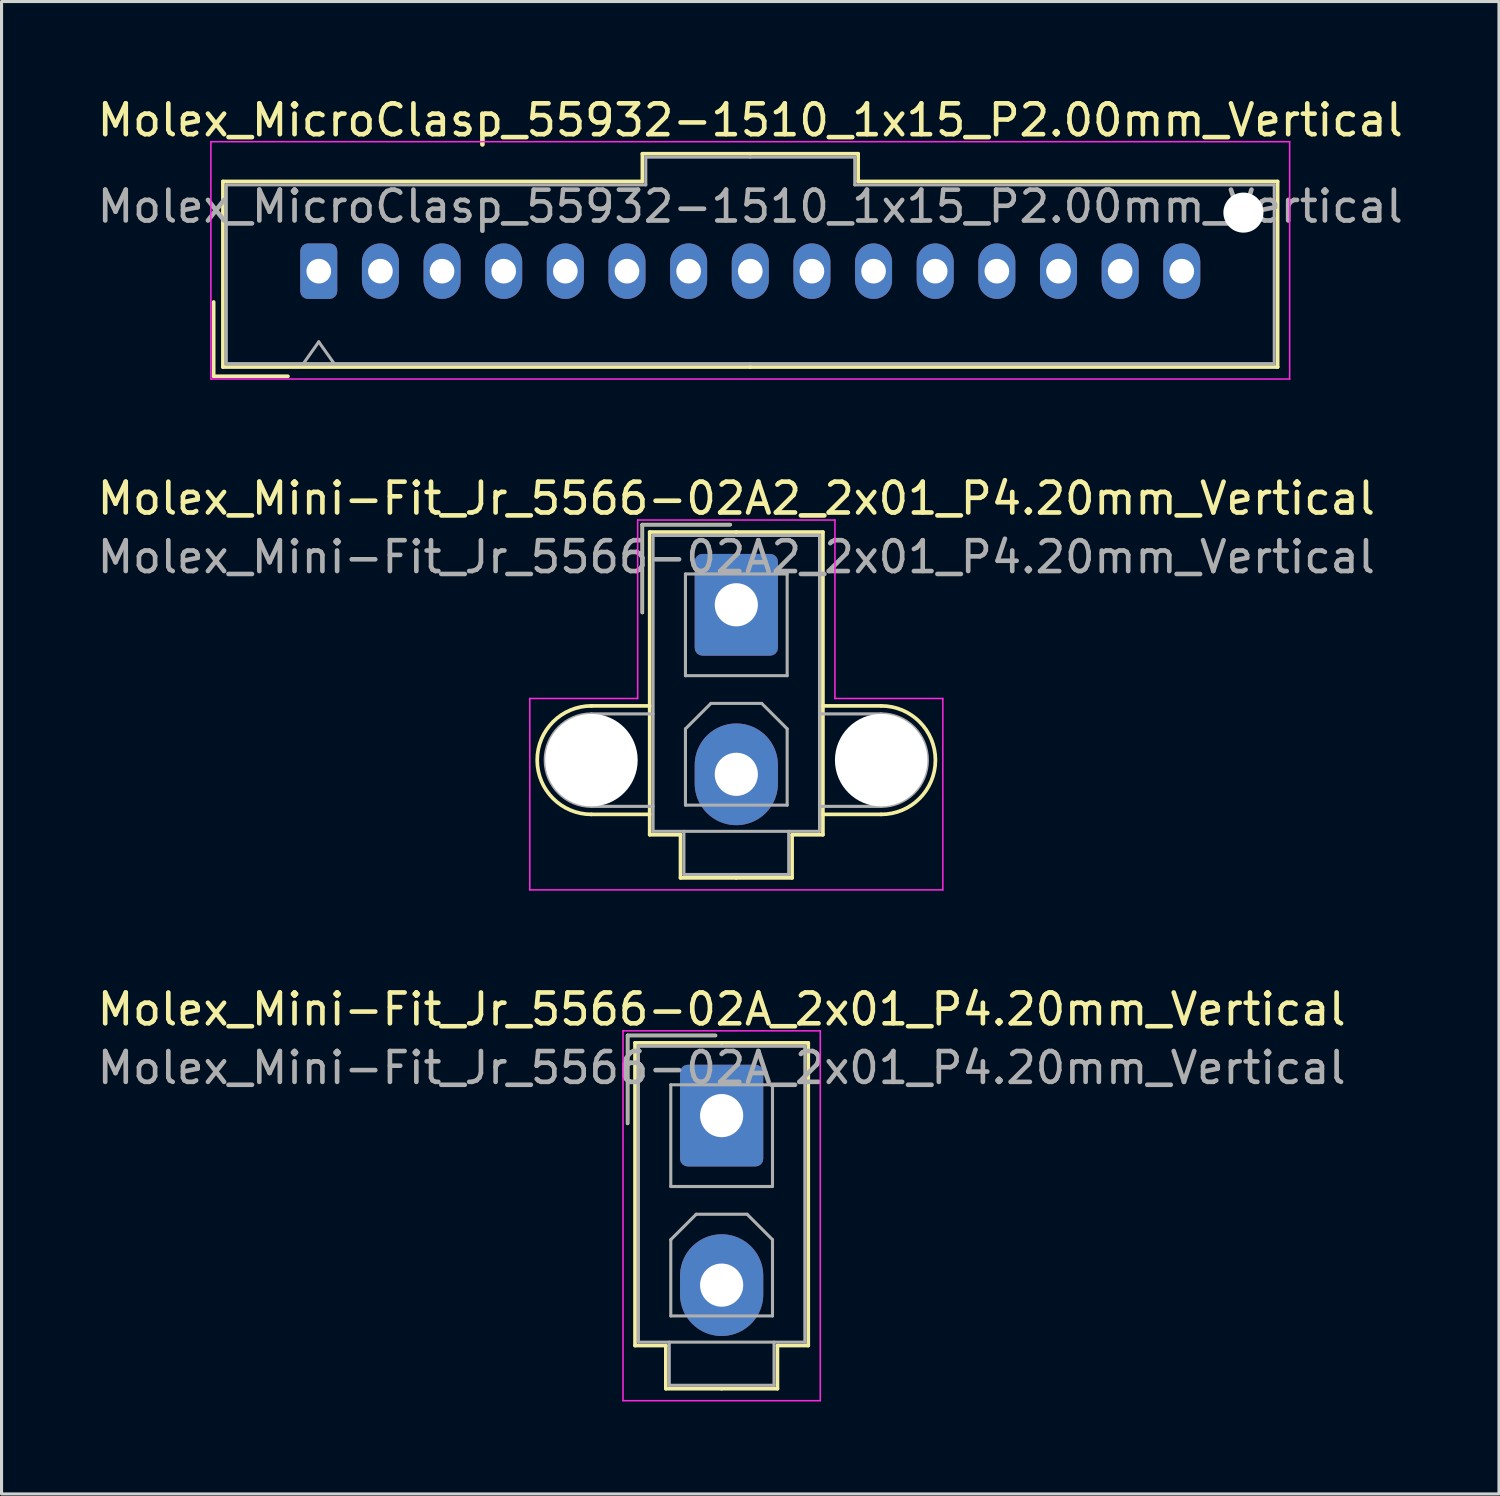
<source format=kicad_pcb>
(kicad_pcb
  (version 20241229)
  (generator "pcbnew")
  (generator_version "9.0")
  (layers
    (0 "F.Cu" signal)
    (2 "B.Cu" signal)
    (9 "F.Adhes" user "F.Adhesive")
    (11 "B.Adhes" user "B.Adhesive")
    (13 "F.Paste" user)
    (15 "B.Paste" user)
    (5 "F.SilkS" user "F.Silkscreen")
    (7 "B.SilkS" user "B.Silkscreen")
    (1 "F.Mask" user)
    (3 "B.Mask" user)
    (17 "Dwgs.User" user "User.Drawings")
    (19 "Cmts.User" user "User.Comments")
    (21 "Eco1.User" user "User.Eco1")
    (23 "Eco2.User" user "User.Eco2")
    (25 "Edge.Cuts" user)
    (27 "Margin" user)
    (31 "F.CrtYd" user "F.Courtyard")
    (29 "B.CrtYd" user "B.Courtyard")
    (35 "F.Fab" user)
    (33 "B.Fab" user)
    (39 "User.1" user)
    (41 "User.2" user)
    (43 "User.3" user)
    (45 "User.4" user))
  (footprint "Molex_Mini-Fit_Jr_5566-02A2_2x01_P4.20mm_Vertical"
    (layer "F.Cu")
    (at 20.839 16.572)
    (property "Reference" "Molex_Mini-Fit_Jr_5566-02A2_2x01_P4.20mm_Vertical" (at 0 -3.45 0) (layer "F.SilkS") (effects (font (size 1 1) (thickness 0.15))))
    (attr through_hole)
    (fp_line (start -4.7 3.28) (end -2.81 3.28) (stroke (width 0.12) (type solid)) (layer "F.SilkS"))
    (fp_line (start -4.7 6.8) (end -2.81 6.8) (stroke (width 0.12) (type solid)) (layer "F.SilkS"))
    (fp_line (start -3.05 -2.6) (end -3.05 0.25) (stroke (width 0.12) (type solid)) (layer "F.SilkS"))
    (fp_line (start -2.81 -2.36) (end -2.81 7.46) (stroke (width 0.12) (type solid)) (layer "F.SilkS"))
    (fp_line (start -2.81 7.46) (end -1.81 7.46) (stroke (width 0.12) (type solid)) (layer "F.SilkS"))
    (fp_line (start -1.81 7.46) (end -1.81 8.86) (stroke (width 0.12) (type solid)) (layer "F.SilkS"))
    (fp_line (start -1.81 8.86) (end 0 8.86) (stroke (width 0.12) (type solid)) (layer "F.SilkS"))
    (fp_line (start -0.2 -2.6) (end -3.05 -2.6) (stroke (width 0.12) (type solid)) (layer "F.SilkS"))
    (fp_line (start 0 -2.36) (end -2.81 -2.36) (stroke (width 0.12) (type solid)) (layer "F.SilkS"))
    (fp_line (start 0 -2.36) (end 2.81 -2.36) (stroke (width 0.12) (type solid)) (layer "F.SilkS"))
    (fp_line (start 1.81 7.46) (end 1.81 8.86) (stroke (width 0.12) (type solid)) (layer "F.SilkS"))
    (fp_line (start 1.81 8.86) (end 0 8.86) (stroke (width 0.12) (type solid)) (layer "F.SilkS"))
    (fp_line (start 2.81 -2.36) (end 2.81 7.46) (stroke (width 0.12) (type solid)) (layer "F.SilkS"))
    (fp_line (start 2.81 7.46) (end 1.81 7.46) (stroke (width 0.12) (type solid)) (layer "F.SilkS"))
    (fp_line (start 4.7 3.28) (end 2.81 3.28) (stroke (width 0.12) (type solid)) (layer "F.SilkS"))
    (fp_line (start 4.7 6.8) (end 2.81 6.8) (stroke (width 0.12) (type solid)) (layer "F.SilkS"))
    (fp_arc (start -4.7 6.8) (mid -6.46 5.04) (end -4.7 3.28) (stroke (width 0.12) (type solid)) (layer "F.SilkS"))
    (fp_arc (start 4.7 3.28) (mid 6.46 5.04) (end 4.7 6.8) (stroke (width 0.12) (type solid)) (layer "F.SilkS"))
    (fp_line (start -6.7 3.04) (end -6.7 9.25) (stroke (width 0.05) (type solid)) (layer "F.CrtYd"))
    (fp_line (start -6.7 9.25) (end 6.7 9.25) (stroke (width 0.05) (type solid)) (layer "F.CrtYd"))
    (fp_line (start -3.2 -2.75) (end -3.2 3.04) (stroke (width 0.05) (type solid)) (layer "F.CrtYd"))
    (fp_line (start -3.2 3.04) (end -6.7 3.04) (stroke (width 0.05) (type solid)) (layer "F.CrtYd"))
    (fp_line (start 3.2 -2.75) (end -3.2 -2.75) (stroke (width 0.05) (type solid)) (layer "F.CrtYd"))
    (fp_line (start 3.2 3.04) (end 3.2 -2.75) (stroke (width 0.05) (type solid)) (layer "F.CrtYd"))
    (fp_line (start 6.7 3.04) (end 3.2 3.04) (stroke (width 0.05) (type solid)) (layer "F.CrtYd"))
    (fp_line (start 6.7 9.25) (end 6.7 3.04) (stroke (width 0.05) (type solid)) (layer "F.CrtYd"))
    (fp_line (start -4.7 3.54) (end -2.7 3.54) (stroke (width 0.1) (type solid)) (layer "F.Fab"))
    (fp_line (start -4.7 6.54) (end -2.7 6.54) (stroke (width 0.1) (type solid)) (layer "F.Fab"))
    (fp_line (start -3.05 -2.6) (end -3.05 0.25) (stroke (width 0.1) (type solid)) (layer "F.Fab"))
    (fp_line (start -2.7 -2.25) (end -2.7 7.35) (stroke (width 0.1) (type solid)) (layer "F.Fab"))
    (fp_line (start -2.7 7.35) (end 2.7 7.35) (stroke (width 0.1) (type solid)) (layer "F.Fab"))
    (fp_line (start -1.7 7.35) (end -1.7 8.75) (stroke (width 0.1) (type solid)) (layer "F.Fab"))
    (fp_line (start -1.7 8.75) (end 1.7 8.75) (stroke (width 0.1) (type solid)) (layer "F.Fab"))
    (fp_line (start -1.65 -1) (end -1.65 2.3) (stroke (width 0.1) (type solid)) (layer "F.Fab"))
    (fp_line (start -1.65 2.3) (end 1.65 2.3) (stroke (width 0.1) (type solid)) (layer "F.Fab"))
    (fp_line (start -1.65 4.025) (end -0.825 3.2) (stroke (width 0.1) (type solid)) (layer "F.Fab"))
    (fp_line (start -1.65 6.5) (end -1.65 4.025) (stroke (width 0.1) (type solid)) (layer "F.Fab"))
    (fp_line (start -0.825 3.2) (end 0.825 3.2) (stroke (width 0.1) (type solid)) (layer "F.Fab"))
    (fp_line (start -0.2 -2.6) (end -3.05 -2.6) (stroke (width 0.1) (type solid)) (layer "F.Fab"))
    (fp_line (start 0.825 3.2) (end 1.65 4.025) (stroke (width 0.1) (type solid)) (layer "F.Fab"))
    (fp_line (start 1.65 -1) (end -1.65 -1) (stroke (width 0.1) (type solid)) (layer "F.Fab"))
    (fp_line (start 1.65 2.3) (end 1.65 -1) (stroke (width 0.1) (type solid)) (layer "F.Fab"))
    (fp_line (start 1.65 4.025) (end 1.65 6.5) (stroke (width 0.1) (type solid)) (layer "F.Fab"))
    (fp_line (start 1.65 6.5) (end -1.65 6.5) (stroke (width 0.1) (type solid)) (layer "F.Fab"))
    (fp_line (start 1.7 8.75) (end 1.7 7.35) (stroke (width 0.1) (type solid)) (layer "F.Fab"))
    (fp_line (start 2.7 -2.25) (end -2.7 -2.25) (stroke (width 0.1) (type solid)) (layer "F.Fab"))
    (fp_line (start 2.7 7.35) (end 2.7 -2.25) (stroke (width 0.1) (type solid)) (layer "F.Fab"))
    (fp_line (start 4.7 3.54) (end 2.7 3.54) (stroke (width 0.1) (type solid)) (layer "F.Fab"))
    (fp_line (start 4.7 6.54) (end 2.7 6.54) (stroke (width 0.1) (type solid)) (layer "F.Fab"))
    (fp_arc (start -4.7 6.54) (mid -6.2 5.04) (end -4.7 3.54) (stroke (width 0.1) (type solid)) (layer "F.Fab"))
    (fp_arc (start 4.7 3.54) (mid 6.2 5.04) (end 4.7 6.54) (stroke (width 0.1) (type solid)) (layer "F.Fab"))
    (fp_text user "${REFERENCE}" (at 0 -1.55 0) (layer "F.Fab") (effects (font (size 1 1) (thickness 0.15))))
    (pad "" np_thru_hole circle (at -4.7 5.04) (size 3 3) (drill 3) (layers "*.Cu" "*.Mask"))
    (pad "" np_thru_hole circle (at 4.7 5.04) (size 3 3) (drill 3) (layers "*.Cu" "*.Mask"))
    (pad "1" thru_hole roundrect (at 0 0) (size 2.7 3.3) (drill 1.4) (layers "*.Cu" "*.Mask") (roundrect_rratio 0.093))
    (pad "2" thru_hole oval (at 0 5.5) (size 2.7 3.3) (drill 1.4) (layers "*.Cu" "*.Mask")))
  (footprint "Molex_MicroClasp_55932-1510_1x15_P2.00mm_Vertical"
    (layer "F.Cu")
    (at 7.292 5.748)
    (property "Reference" "Molex_MicroClasp_55932-1510_1x15_P2.00mm_Vertical" (at 14 -4.9 0) (layer "F.SilkS") (effects (font (size 1 1) (thickness 0.15))))
    (attr through_hole)
    (fp_line (start -3.41 1) (end -3.41 3.41) (stroke (width 0.12) (type solid)) (layer "F.SilkS"))
    (fp_line (start -3.41 3.41) (end -1 3.41) (stroke (width 0.12) (type solid)) (layer "F.SilkS"))
    (fp_line (start -3.11 -2.91) (end -3.11 3.11) (stroke (width 0.12) (type solid)) (layer "F.SilkS"))
    (fp_line (start -3.11 3.11) (end 14 3.11) (stroke (width 0.12) (type solid)) (layer "F.SilkS"))
    (fp_line (start 10.5 -3.81) (end 10.5 -2.91) (stroke (width 0.12) (type solid)) (layer "F.SilkS"))
    (fp_line (start 10.5 -2.91) (end -3.11 -2.91) (stroke (width 0.12) (type solid)) (layer "F.SilkS"))
    (fp_line (start 14 -3.81) (end 10.5 -3.81) (stroke (width 0.12) (type solid)) (layer "F.SilkS"))
    (fp_line (start 14 -3.81) (end 17.5 -3.81) (stroke (width 0.12) (type solid)) (layer "F.SilkS"))
    (fp_line (start 17.5 -3.81) (end 17.5 -2.91) (stroke (width 0.12) (type solid)) (layer "F.SilkS"))
    (fp_line (start 17.5 -2.91) (end 31.11 -2.91) (stroke (width 0.12) (type solid)) (layer "F.SilkS"))
    (fp_line (start 31.11 -2.91) (end 31.11 3.11) (stroke (width 0.12) (type solid)) (layer "F.SilkS"))
    (fp_line (start 31.11 3.11) (end 14 3.11) (stroke (width 0.12) (type solid)) (layer "F.SilkS"))
    (fp_line (start -3.5 -4.2) (end -3.5 3.5) (stroke (width 0.05) (type solid)) (layer "F.CrtYd"))
    (fp_line (start -3.5 3.5) (end 31.5 3.5) (stroke (width 0.05) (type solid)) (layer "F.CrtYd"))
    (fp_line (start 31.5 -4.2) (end -3.5 -4.2) (stroke (width 0.05) (type solid)) (layer "F.CrtYd"))
    (fp_line (start 31.5 3.5) (end 31.5 -4.2) (stroke (width 0.05) (type solid)) (layer "F.CrtYd"))
    (fp_line (start -3 -2.8) (end -3 3) (stroke (width 0.1) (type solid)) (layer "F.Fab"))
    (fp_line (start -3 3) (end 14 3) (stroke (width 0.1) (type solid)) (layer "F.Fab"))
    (fp_line (start -0.5 3) (end 0 2.293) (stroke (width 0.1) (type solid)) (layer "F.Fab"))
    (fp_line (start 0 2.293) (end 0.5 3) (stroke (width 0.1) (type solid)) (layer "F.Fab"))
    (fp_line (start 10.61 -3.7) (end 10.61 -2.8) (stroke (width 0.1) (type solid)) (layer "F.Fab"))
    (fp_line (start 10.61 -2.8) (end -3 -2.8) (stroke (width 0.1) (type solid)) (layer "F.Fab"))
    (fp_line (start 14 -3.7) (end 10.61 -3.7) (stroke (width 0.1) (type solid)) (layer "F.Fab"))
    (fp_line (start 14 -3.7) (end 17.39 -3.7) (stroke (width 0.1) (type solid)) (layer "F.Fab"))
    (fp_line (start 17.39 -3.7) (end 17.39 -2.8) (stroke (width 0.1) (type solid)) (layer "F.Fab"))
    (fp_line (start 17.39 -2.8) (end 31 -2.8) (stroke (width 0.1) (type solid)) (layer "F.Fab"))
    (fp_line (start 31 -2.8) (end 31 3) (stroke (width 0.1) (type solid)) (layer "F.Fab"))
    (fp_line (start 31 3) (end 14 3) (stroke (width 0.1) (type solid)) (layer "F.Fab"))
    (fp_text user "${REFERENCE}" (at 14 -2.1 0) (layer "F.Fab") (effects (font (size 1 1) (thickness 0.15))))
    (pad "" np_thru_hole circle (at 30 -1.9) (size 1.3 1.3) (drill 1.3) (layers "*.Cu" "*.Mask"))
    (pad "1" thru_hole roundrect (at 0 0) (size 1.2 1.8) (drill 0.8) (layers "*.Cu" "*.Mask") (roundrect_rratio 0.208))
    (pad "2" thru_hole oval (at 2 0) (size 1.2 1.8) (drill 0.8) (layers "*.Cu" "*.Mask"))
    (pad "3" thru_hole oval (at 4 0) (size 1.2 1.8) (drill 0.8) (layers "*.Cu" "*.Mask"))
    (pad "4" thru_hole oval (at 6 0) (size 1.2 1.8) (drill 0.8) (layers "*.Cu" "*.Mask"))
    (pad "5" thru_hole oval (at 8 0) (size 1.2 1.8) (drill 0.8) (layers "*.Cu" "*.Mask"))
    (pad "6" thru_hole oval (at 10 0) (size 1.2 1.8) (drill 0.8) (layers "*.Cu" "*.Mask"))
    (pad "7" thru_hole oval (at 12 0) (size 1.2 1.8) (drill 0.8) (layers "*.Cu" "*.Mask"))
    (pad "8" thru_hole oval (at 14 0) (size 1.2 1.8) (drill 0.8) (layers "*.Cu" "*.Mask"))
    (pad "9" thru_hole oval (at 16 0) (size 1.2 1.8) (drill 0.8) (layers "*.Cu" "*.Mask"))
    (pad "10" thru_hole oval (at 18 0) (size 1.2 1.8) (drill 0.8) (layers "*.Cu" "*.Mask"))
    (pad "11" thru_hole oval (at 20 0) (size 1.2 1.8) (drill 0.8) (layers "*.Cu" "*.Mask"))
    (pad "12" thru_hole oval (at 22 0) (size 1.2 1.8) (drill 0.8) (layers "*.Cu" "*.Mask"))
    (pad "13" thru_hole oval (at 24 0) (size 1.2 1.8) (drill 0.8) (layers "*.Cu" "*.Mask"))
    (pad "14" thru_hole oval (at 26 0) (size 1.2 1.8) (drill 0.8) (layers "*.Cu" "*.Mask"))
    (pad "15" thru_hole oval (at 28 0) (size 1.2 1.8) (drill 0.8) (layers "*.Cu" "*.Mask")))
  (footprint "Molex_Mini-Fit_Jr_5566-02A_2x01_P4.20mm_Vertical"
    (layer "F.Cu")
    (at 20.363 33.145)
    (property "Reference" "Molex_Mini-Fit_Jr_5566-02A_2x01_P4.20mm_Vertical" (at 0 -3.45 0) (layer "F.SilkS") (effects (font (size 1 1) (thickness 0.15))))
    (attr through_hole)
    (fp_line (start -3.05 -2.6) (end -3.05 0.25) (stroke (width 0.12) (type solid)) (layer "F.SilkS"))
    (fp_line (start -2.81 -2.36) (end -2.81 7.46) (stroke (width 0.12) (type solid)) (layer "F.SilkS"))
    (fp_line (start -2.81 7.46) (end -1.81 7.46) (stroke (width 0.12) (type solid)) (layer "F.SilkS"))
    (fp_line (start -1.81 7.46) (end -1.81 8.86) (stroke (width 0.12) (type solid)) (layer "F.SilkS"))
    (fp_line (start -1.81 8.86) (end 0 8.86) (stroke (width 0.12) (type solid)) (layer "F.SilkS"))
    (fp_line (start -0.2 -2.6) (end -3.05 -2.6) (stroke (width 0.12) (type solid)) (layer "F.SilkS"))
    (fp_line (start 0 -2.36) (end -2.81 -2.36) (stroke (width 0.12) (type solid)) (layer "F.SilkS"))
    (fp_line (start 0 -2.36) (end 2.81 -2.36) (stroke (width 0.12) (type solid)) (layer "F.SilkS"))
    (fp_line (start 1.81 7.46) (end 1.81 8.86) (stroke (width 0.12) (type solid)) (layer "F.SilkS"))
    (fp_line (start 1.81 8.86) (end 0 8.86) (stroke (width 0.12) (type solid)) (layer "F.SilkS"))
    (fp_line (start 2.81 -2.36) (end 2.81 7.46) (stroke (width 0.12) (type solid)) (layer "F.SilkS"))
    (fp_line (start 2.81 7.46) (end 1.81 7.46) (stroke (width 0.12) (type solid)) (layer "F.SilkS"))
    (fp_line (start -3.2 -2.75) (end -3.2 9.25) (stroke (width 0.05) (type solid)) (layer "F.CrtYd"))
    (fp_line (start -3.2 9.25) (end 3.2 9.25) (stroke (width 0.05) (type solid)) (layer "F.CrtYd"))
    (fp_line (start 3.2 -2.75) (end -3.2 -2.75) (stroke (width 0.05) (type solid)) (layer "F.CrtYd"))
    (fp_line (start 3.2 9.25) (end 3.2 -2.75) (stroke (width 0.05) (type solid)) (layer "F.CrtYd"))
    (fp_line (start -3.05 -2.6) (end -3.05 0.25) (stroke (width 0.1) (type solid)) (layer "F.Fab"))
    (fp_line (start -2.7 -2.25) (end -2.7 7.35) (stroke (width 0.1) (type solid)) (layer "F.Fab"))
    (fp_line (start -2.7 7.35) (end 2.7 7.35) (stroke (width 0.1) (type solid)) (layer "F.Fab"))
    (fp_line (start -1.7 7.35) (end -1.7 8.75) (stroke (width 0.1) (type solid)) (layer "F.Fab"))
    (fp_line (start -1.7 8.75) (end 1.7 8.75) (stroke (width 0.1) (type solid)) (layer "F.Fab"))
    (fp_line (start -1.65 -1) (end -1.65 2.3) (stroke (width 0.1) (type solid)) (layer "F.Fab"))
    (fp_line (start -1.65 2.3) (end 1.65 2.3) (stroke (width 0.1) (type solid)) (layer "F.Fab"))
    (fp_line (start -1.65 4.025) (end -0.825 3.2) (stroke (width 0.1) (type solid)) (layer "F.Fab"))
    (fp_line (start -1.65 6.5) (end -1.65 4.025) (stroke (width 0.1) (type solid)) (layer "F.Fab"))
    (fp_line (start -0.825 3.2) (end 0.825 3.2) (stroke (width 0.1) (type solid)) (layer "F.Fab"))
    (fp_line (start -0.2 -2.6) (end -3.05 -2.6) (stroke (width 0.1) (type solid)) (layer "F.Fab"))
    (fp_line (start 0.825 3.2) (end 1.65 4.025) (stroke (width 0.1) (type solid)) (layer "F.Fab"))
    (fp_line (start 1.65 -1) (end -1.65 -1) (stroke (width 0.1) (type solid)) (layer "F.Fab"))
    (fp_line (start 1.65 2.3) (end 1.65 -1) (stroke (width 0.1) (type solid)) (layer "F.Fab"))
    (fp_line (start 1.65 4.025) (end 1.65 6.5) (stroke (width 0.1) (type solid)) (layer "F.Fab"))
    (fp_line (start 1.65 6.5) (end -1.65 6.5) (stroke (width 0.1) (type solid)) (layer "F.Fab"))
    (fp_line (start 1.7 8.75) (end 1.7 7.35) (stroke (width 0.1) (type solid)) (layer "F.Fab"))
    (fp_line (start 2.7 -2.25) (end -2.7 -2.25) (stroke (width 0.1) (type solid)) (layer "F.Fab"))
    (fp_line (start 2.7 7.35) (end 2.7 -2.25) (stroke (width 0.1) (type solid)) (layer "F.Fab"))
    (fp_text user "${REFERENCE}" (at 0 -1.55 0) (layer "F.Fab") (effects (font (size 1 1) (thickness 0.15))))
    (pad "1" thru_hole roundrect (at 0 0) (size 2.7 3.3) (drill 1.4) (layers "*.Cu" "*.Mask") (roundrect_rratio 0.093))
    (pad "2" thru_hole oval (at 0 5.5) (size 2.7 3.3) (drill 1.4) (layers "*.Cu" "*.Mask")))
  (gr_rect
    (start -3 -3)
    (end 45.583 45.42)
    (stroke (width 0.1) (type default))
    (fill no)
    (layer "Edge.Cuts")))
</source>
